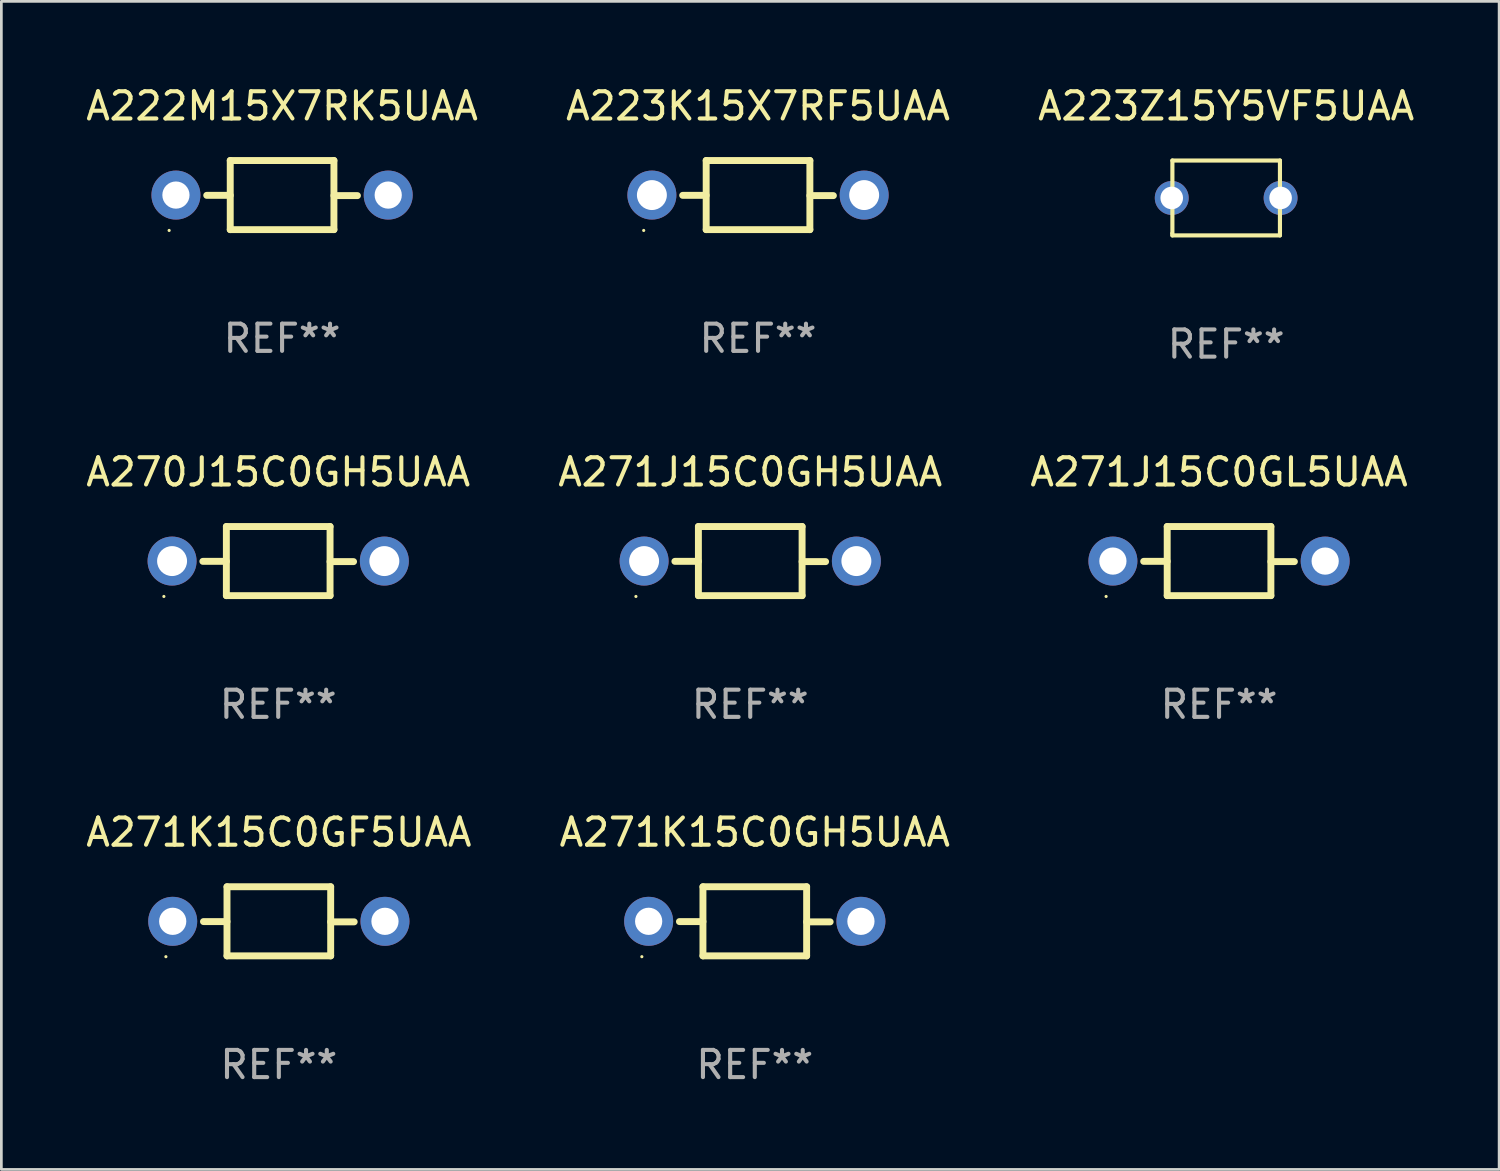
<source format=kicad_pcb>
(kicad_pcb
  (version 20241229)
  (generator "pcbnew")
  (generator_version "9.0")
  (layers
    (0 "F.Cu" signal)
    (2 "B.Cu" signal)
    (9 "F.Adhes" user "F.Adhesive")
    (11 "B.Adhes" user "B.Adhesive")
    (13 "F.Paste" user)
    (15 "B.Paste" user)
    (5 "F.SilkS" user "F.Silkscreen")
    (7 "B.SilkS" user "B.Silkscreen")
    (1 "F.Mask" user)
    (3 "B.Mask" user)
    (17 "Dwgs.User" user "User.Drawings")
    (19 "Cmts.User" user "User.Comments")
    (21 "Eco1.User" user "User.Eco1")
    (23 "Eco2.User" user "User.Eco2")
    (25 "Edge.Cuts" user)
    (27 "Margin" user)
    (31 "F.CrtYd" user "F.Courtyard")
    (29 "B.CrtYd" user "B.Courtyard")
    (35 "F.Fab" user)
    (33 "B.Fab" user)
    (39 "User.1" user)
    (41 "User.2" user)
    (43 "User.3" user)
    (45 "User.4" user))
  (footprint "A270J15C0GH5UAA"
    (layer "F.Cu")
    (at 7.173 17.567)
    (property "Reference" "A270J15C0GH5UAA" (at 0 -3.27 0) (layer "F.SilkS") (effects (font (size 1 1) (thickness 0.15))))
    (attr through_hole)
    (fp_line (start -1.905 -1.27) (end -1.905 1.27) (stroke (width 0.254) (type solid)) (layer "F.SilkS"))
    (fp_line (start -1.905 0.01) (end -2.769 0.01) (stroke (width 0.254) (type solid)) (layer "F.SilkS"))
    (fp_line (start -1.905 1.27) (end 1.905 1.27) (stroke (width 0.254) (type solid)) (layer "F.SilkS"))
    (fp_line (start 1.905 -1.27) (end -1.905 -1.27) (stroke (width 0.254) (type solid)) (layer "F.SilkS"))
    (fp_line (start 1.905 0.02) (end 2.769 0.02) (stroke (width 0.254) (type solid)) (layer "F.SilkS"))
    (fp_line (start 1.905 1.27) (end 1.905 -1.27) (stroke (width 0.254) (type solid)) (layer "F.SilkS"))
    (fp_circle (center -4.201 1.3) (end -4.171 1.3) (stroke (width 0.06) (type solid)) (fill no) (layer "F.SilkS"))
    (fp_text user "REF**" (at 0 5.27 0) (layer "F.Fab") (effects (font (size 1 1) (thickness 0.15))))
    (pad "1" thru_hole circle (at -3.9 0) (size 1.8 1.8) (drill 1.1) (layers "*.Cu" "*.Mask"))
    (pad "2" thru_hole circle (at 3.9 0) (size 1.8 1.8) (drill 1.1) (layers "*.Cu" "*.Mask")))
  (footprint "A271J15C0GL5UAA"
    (layer "F.Cu")
    (at 41.744 17.567)
    (property "Reference" "A271J15C0GL5UAA" (at 0 -3.27 0) (layer "F.SilkS") (effects (font (size 1 1) (thickness 0.15))))
    (attr through_hole)
    (fp_line (start -1.905 -1.27) (end -1.905 1.27) (stroke (width 0.254) (type solid)) (layer "F.SilkS"))
    (fp_line (start -1.905 0.01) (end -2.769 0.01) (stroke (width 0.254) (type solid)) (layer "F.SilkS"))
    (fp_line (start -1.905 1.27) (end 1.905 1.27) (stroke (width 0.254) (type solid)) (layer "F.SilkS"))
    (fp_line (start 1.905 -1.27) (end -1.905 -1.27) (stroke (width 0.254) (type solid)) (layer "F.SilkS"))
    (fp_line (start 1.905 0.02) (end 2.769 0.02) (stroke (width 0.254) (type solid)) (layer "F.SilkS"))
    (fp_line (start 1.905 1.27) (end 1.905 -1.27) (stroke (width 0.254) (type solid)) (layer "F.SilkS"))
    (fp_circle (center -4.15 1.3) (end -4.12 1.3) (stroke (width 0.06) (type solid)) (fill no) (layer "F.SilkS"))
    (fp_text user "REF**" (at 0 5.27 0) (layer "F.Fab") (effects (font (size 1 1) (thickness 0.15))))
    (pad "1" thru_hole circle (at -3.9 0) (size 1.8 1.8) (drill 1) (layers "*.Cu" "*.Mask"))
    (pad "2" thru_hole circle (at 3.9 0) (size 1.8 1.8) (drill 1) (layers "*.Cu" "*.Mask")))
  (footprint "A271J15C0GH5UAA"
    (layer "F.Cu")
    (at 24.518 17.567)
    (property "Reference" "A271J15C0GH5UAA" (at 0 -3.27 0) (layer "F.SilkS") (effects (font (size 1 1) (thickness 0.15))))
    (attr through_hole)
    (fp_line (start -1.905 -1.27) (end -1.905 1.27) (stroke (width 0.254) (type solid)) (layer "F.SilkS"))
    (fp_line (start -1.905 0.01) (end -2.769 0.01) (stroke (width 0.254) (type solid)) (layer "F.SilkS"))
    (fp_line (start -1.905 1.27) (end 1.905 1.27) (stroke (width 0.254) (type solid)) (layer "F.SilkS"))
    (fp_line (start 1.905 -1.27) (end -1.905 -1.27) (stroke (width 0.254) (type solid)) (layer "F.SilkS"))
    (fp_line (start 1.905 0.02) (end 2.769 0.02) (stroke (width 0.254) (type solid)) (layer "F.SilkS"))
    (fp_line (start 1.905 1.27) (end 1.905 -1.27) (stroke (width 0.254) (type solid)) (layer "F.SilkS"))
    (fp_circle (center -4.201 1.3) (end -4.171 1.3) (stroke (width 0.06) (type solid)) (fill no) (layer "F.SilkS"))
    (fp_text user "REF**" (at 0 5.27 0) (layer "F.Fab") (effects (font (size 1 1) (thickness 0.15))))
    (pad "1" thru_hole circle (at -3.9 0) (size 1.8 1.8) (drill 1.1) (layers "*.Cu" "*.Mask"))
    (pad "2" thru_hole circle (at 3.9 0) (size 1.8 1.8) (drill 1.1) (layers "*.Cu" "*.Mask")))
  (footprint "A271K15C0GF5UAA"
    (layer "F.Cu")
    (at 7.196 30.804)
    (property "Reference" "A271K15C0GF5UAA" (at 0 -3.27 0) (layer "F.SilkS") (effects (font (size 1 1) (thickness 0.15))))
    (attr through_hole)
    (fp_line (start -1.905 -1.27) (end -1.905 1.27) (stroke (width 0.254) (type solid)) (layer "F.SilkS"))
    (fp_line (start -1.905 0.01) (end -2.769 0.01) (stroke (width 0.254) (type solid)) (layer "F.SilkS"))
    (fp_line (start -1.905 1.27) (end 1.905 1.27) (stroke (width 0.254) (type solid)) (layer "F.SilkS"))
    (fp_line (start 1.905 -1.27) (end -1.905 -1.27) (stroke (width 0.254) (type solid)) (layer "F.SilkS"))
    (fp_line (start 1.905 0.02) (end 2.769 0.02) (stroke (width 0.254) (type solid)) (layer "F.SilkS"))
    (fp_line (start 1.905 1.27) (end 1.905 -1.27) (stroke (width 0.254) (type solid)) (layer "F.SilkS"))
    (fp_circle (center -4.15 1.3) (end -4.12 1.3) (stroke (width 0.06) (type solid)) (fill no) (layer "F.SilkS"))
    (fp_text user "REF**" (at 0 5.27 0) (layer "F.Fab") (effects (font (size 1 1) (thickness 0.15))))
    (pad "1" thru_hole circle (at -3.9 0) (size 1.8 1.8) (drill 1) (layers "*.Cu" "*.Mask"))
    (pad "2" thru_hole circle (at 3.9 0) (size 1.8 1.8) (drill 1) (layers "*.Cu" "*.Mask")))
  (footprint "A223Z15Y5VF5UAA"
    (layer "F.Cu")
    (at 42.006 4.224)
    (property "Reference" "A223Z15Y5VF5UAA" (at 0 -3.376 0) (layer "F.SilkS") (effects (font (size 1 1) (thickness 0.15))))
    (attr through_hole)
    (fp_line (start -1.976 -1.376) (end 1.976 -1.376) (stroke (width 0.152) (type solid)) (layer "F.SilkS"))
    (fp_line (start -1.976 1.376) (end -1.976 -1.376) (stroke (width 0.152) (type solid)) (layer "F.SilkS"))
    (fp_line (start 1.976 -1.376) (end 1.976 1.376) (stroke (width 0.152) (type solid)) (layer "F.SilkS"))
    (fp_line (start 1.976 1.376) (end -1.976 1.376) (stroke (width 0.152) (type solid)) (layer "F.SilkS"))
    (fp_circle (center -2 1.3) (end -1.97 1.3) (stroke (width 0.06) (type solid)) (fill no) (layer "F.SilkS"))
    (fp_text user "REF**" (at 0 5.376 0) (layer "F.Fab") (effects (font (size 1 1) (thickness 0.15))))
    (pad "1" thru_hole circle (at -2 0) (size 1.245 1.245) (drill 0.83) (layers "*.Cu" "*.Mask"))
    (pad "2" thru_hole circle (at 2 0) (size 1.245 1.245) (drill 0.83) (layers "*.Cu" "*.Mask")))
  (footprint "A222M15X7RK5UAA"
    (layer "F.Cu")
    (at 7.315 4.118)
    (property "Reference" "A222M15X7RK5UAA" (at 0 -3.27 0) (layer "F.SilkS") (effects (font (size 1 1) (thickness 0.15))))
    (attr through_hole)
    (fp_line (start -1.905 -1.27) (end -1.905 1.27) (stroke (width 0.254) (type solid)) (layer "F.SilkS"))
    (fp_line (start -1.905 0.01) (end -2.769 0.01) (stroke (width 0.254) (type solid)) (layer "F.SilkS"))
    (fp_line (start -1.905 1.27) (end 1.905 1.27) (stroke (width 0.254) (type solid)) (layer "F.SilkS"))
    (fp_line (start 1.905 -1.27) (end -1.905 -1.27) (stroke (width 0.254) (type solid)) (layer "F.SilkS"))
    (fp_line (start 1.905 0.02) (end 2.769 0.02) (stroke (width 0.254) (type solid)) (layer "F.SilkS"))
    (fp_line (start 1.905 1.27) (end 1.905 -1.27) (stroke (width 0.254) (type solid)) (layer "F.SilkS"))
    (fp_circle (center -4.15 1.3) (end -4.12 1.3) (stroke (width 0.06) (type solid)) (fill no) (layer "F.SilkS"))
    (fp_text user "REF**" (at 0 5.27 0) (layer "F.Fab") (effects (font (size 1 1) (thickness 0.15))))
    (pad "1" thru_hole circle (at -3.9 0) (size 1.8 1.8) (drill 1) (layers "*.Cu" "*.Mask"))
    (pad "2" thru_hole circle (at 3.9 0) (size 1.8 1.8) (drill 1) (layers "*.Cu" "*.Mask")))
  (footprint "A223K15X7RF5UAA"
    (layer "F.Cu")
    (at 24.804 4.118)
    (property "Reference" "A223K15X7RF5UAA" (at 0 -3.27 0) (layer "F.SilkS") (effects (font (size 1 1) (thickness 0.15))))
    (attr through_hole)
    (fp_line (start -1.905 -1.27) (end -1.905 1.27) (stroke (width 0.254) (type solid)) (layer "F.SilkS"))
    (fp_line (start -1.905 0.01) (end -2.769 0.01) (stroke (width 0.254) (type solid)) (layer "F.SilkS"))
    (fp_line (start -1.905 1.27) (end 1.905 1.27) (stroke (width 0.254) (type solid)) (layer "F.SilkS"))
    (fp_line (start 1.905 -1.27) (end -1.905 -1.27) (stroke (width 0.254) (type solid)) (layer "F.SilkS"))
    (fp_line (start 1.905 0.02) (end 2.769 0.02) (stroke (width 0.254) (type solid)) (layer "F.SilkS"))
    (fp_line (start 1.905 1.27) (end 1.905 -1.27) (stroke (width 0.254) (type solid)) (layer "F.SilkS"))
    (fp_circle (center -4.201 1.3) (end -4.171 1.3) (stroke (width 0.06) (type solid)) (fill no) (layer "F.SilkS"))
    (fp_text user "REF**" (at 0 5.27 0) (layer "F.Fab") (effects (font (size 1 1) (thickness 0.15))))
    (pad "1" thru_hole circle (at -3.9 0) (size 1.8 1.8) (drill 1.1) (layers "*.Cu" "*.Mask"))
    (pad "2" thru_hole circle (at 3.9 0) (size 1.8 1.8) (drill 1.1) (layers "*.Cu" "*.Mask")))
  (footprint "A271K15C0GH5UAA"
    (layer "F.Cu")
    (at 24.685 30.804)
    (property "Reference" "A271K15C0GH5UAA" (at 0 -3.27 0) (layer "F.SilkS") (effects (font (size 1 1) (thickness 0.15))))
    (attr through_hole)
    (fp_line (start -1.905 -1.27) (end -1.905 1.27) (stroke (width 0.254) (type solid)) (layer "F.SilkS"))
    (fp_line (start -1.905 0.01) (end -2.769 0.01) (stroke (width 0.254) (type solid)) (layer "F.SilkS"))
    (fp_line (start -1.905 1.27) (end 1.905 1.27) (stroke (width 0.254) (type solid)) (layer "F.SilkS"))
    (fp_line (start 1.905 -1.27) (end -1.905 -1.27) (stroke (width 0.254) (type solid)) (layer "F.SilkS"))
    (fp_line (start 1.905 0.02) (end 2.769 0.02) (stroke (width 0.254) (type solid)) (layer "F.SilkS"))
    (fp_line (start 1.905 1.27) (end 1.905 -1.27) (stroke (width 0.254) (type solid)) (layer "F.SilkS"))
    (fp_circle (center -4.15 1.3) (end -4.12 1.3) (stroke (width 0.06) (type solid)) (fill no) (layer "F.SilkS"))
    (fp_text user "REF**" (at 0 5.27 0) (layer "F.Fab") (effects (font (size 1 1) (thickness 0.15))))
    (pad "1" thru_hole circle (at -3.9 0) (size 1.8 1.8) (drill 1) (layers "*.Cu" "*.Mask"))
    (pad "2" thru_hole circle (at 3.9 0) (size 1.8 1.8) (drill 1) (layers "*.Cu" "*.Mask")))
  (gr_rect
    (start -3 -3)
    (end 52.036 39.922)
    (stroke (width 0.1) (type default))
    (fill no)
    (layer "Edge.Cuts")))
</source>
